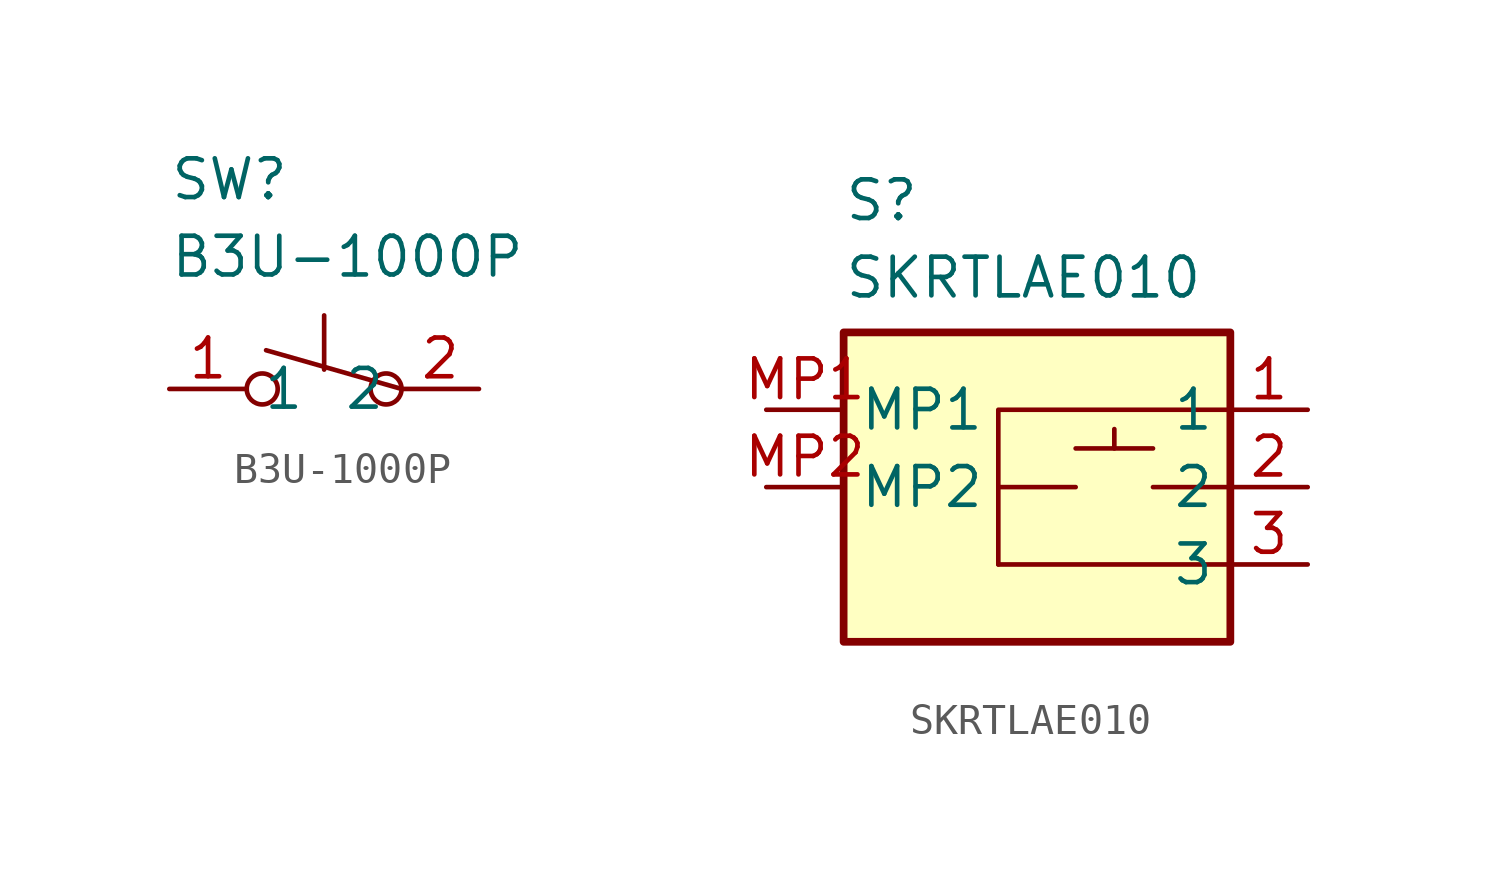
<source format=kicad_sym>
(kicad_symbol_lib
  (version 20241209)
  (generator "kicad_symbol_editor")
  (generator_version "9.0")
  (symbol "B3U-1000P"
    (property "Reference" "SW"
      (at 0 7.62 0)
      (effects (font (size 1.27 1.27)) (justify left top)))
    (property "Value" "B3U-1000P"
      (at 0 5.08 0)
      (effects (font (size 1.27 1.27)) (justify left top)))
    (symbol "B3U-1000P_0_1"
      (circle (center 3.048 0) (radius 0.508) (stroke (width 0) (type default)) (fill (type none)))
      (polyline (pts (xy 5.08 0.635) (xy 5.08 2.413)) (stroke (width 0) (type default)) (fill (type none)))
      (circle (center 7.112 0) (radius 0.508) (stroke (width 0) (type default)) (fill (type none)))
      (polyline (pts (xy 7.62 0) (xy 3.175 1.27)) (stroke (width 0) (type default)) (fill (type none)))
      (pin passive line (at 0 0 0) (length 2.54) (name "1" (effects (font (size 1.27 1.27)))) (number "1" (effects (font (size 1.27 1.27)))))
      (pin passive line (at 10.16 0 180) (length 2.54) (name "2" (effects (font (size 1.27 1.27)))) (number "2" (effects (font (size 1.27 1.27)))))))
  (symbol "SKRTLAE010"
    (property "Reference" "S"
      (at 2.54 7.62 0)
      (effects (font (size 1.27 1.27)) (justify left top)))
    (property "Value" "SKRTLAE010"
      (at 2.54 5.08 0)
      (effects (font (size 1.27 1.27)) (justify left top)))
    (symbol "SKRTLAE010_0_1"
      (polyline (pts (xy 7.62 -5.08) (xy 15.24 -5.08)) (stroke (width 0) (type default)) (fill (type none)))
      (polyline (pts (xy 10.16 -1.27) (xy 12.7 -1.27)) (stroke (width 0) (type default)) (fill (type none)))
      (polyline (pts (xy 10.16 -2.54) (xy 7.62 -2.54)) (stroke (width 0) (type default)) (fill (type none)))
      (polyline (pts (xy 11.43 -1.27) (xy 11.43 -0.635)) (stroke (width 0) (type default)) (fill (type none)))
      (polyline (pts (xy 15.24 0) (xy 7.62 0) (xy 7.62 -5.08)) (stroke (width 0) (type default)) (fill (type none)))
      (polyline (pts (xy 15.24 -2.54) (xy 12.7 -2.54)) (stroke (width 0) (type default)) (fill (type none))))
    (symbol "SKRTLAE010_1_1"
      (rectangle (start 2.54 2.54) (end 15.24 -7.62) (stroke (width 0.254) (type default)) (fill (type background)))
      (pin passive line (at 0 0 0) (length 2.54) (name "MP1" (effects (font (size 1.27 1.27)))) (number "MP1" (effects (font (size 1.27 1.27)))))
      (pin passive line (at 0 -2.54 0) (length 2.54) (name "MP2" (effects (font (size 1.27 1.27)))) (number "MP2" (effects (font (size 1.27 1.27)))))
      (pin passive line (at 17.78 0 180) (length 2.54) (name "1" (effects (font (size 1.27 1.27)))) (number "1" (effects (font (size 1.27 1.27)))))
      (pin passive line (at 17.78 -2.54 180) (length 2.54) (name "2" (effects (font (size 1.27 1.27)))) (number "2" (effects (font (size 1.27 1.27)))))
      (pin passive line (at 17.78 -5.08 180) (length 2.54) (name "3" (effects (font (size 1.27 1.27)))) (number "3" (effects (font (size 1.27 1.27))))))))
</source>
